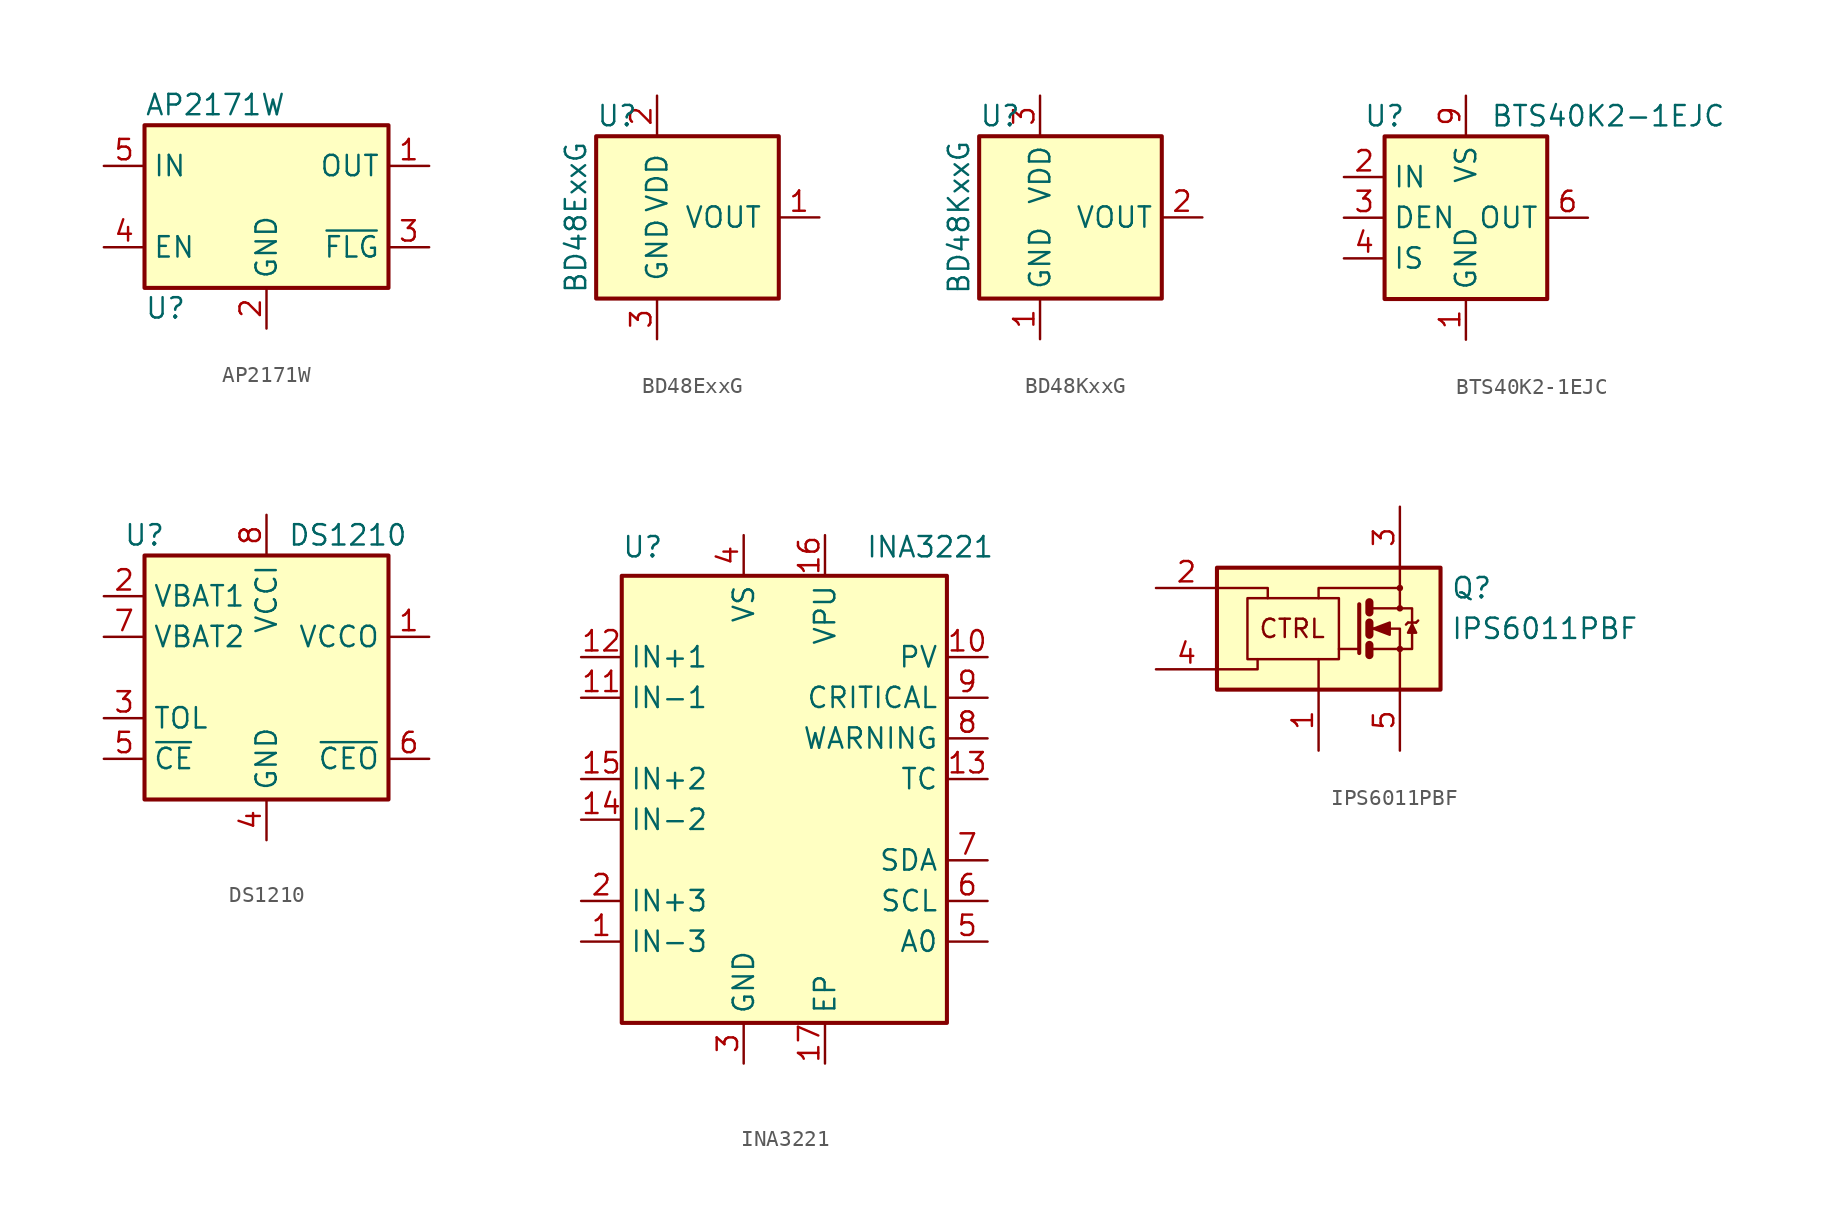
<source format=kicad_sym>
(kicad_symbol_lib
  (version 20231120)
  (generator "kicad_symbol_editor")
  (generator_version "8.0")
  (symbol "AP2171W"
    (property "Reference" "U"
      (at -7.62 -6.35 0)
      (effects (font (size 1.27 1.27)) (justify left)))
    (property "Value" "AP2171W"
      (at -7.62 6.35 0)
      (effects (font (size 1.27 1.27)) (justify left)))
    (symbol "AP2171W_0_1"
      (rectangle (start -7.62 5.08) (end 7.62 -5.08) (stroke (width 0.254) (type default)) (fill (type background))))
    (symbol "AP2171W_1_1"
      (pin power_out line (at 10.16 2.54 180) (length 2.54) (name "OUT" (effects (font (size 1.27 1.27)))) (number "1" (effects (font (size 1.27 1.27)))))
      (pin power_in line (at 0 -7.62 90) (length 2.54) (name "GND" (effects (font (size 1.27 1.27)))) (number "2" (effects (font (size 1.27 1.27)))))
      (pin open_collector line (at 10.16 -2.54 180) (length 2.54) (name "~{FLG}" (effects (font (size 1.27 1.27)))) (number "3" (effects (font (size 1.27 1.27)))))
      (pin input line (at -10.16 -2.54 0) (length 2.54) (name "EN" (effects (font (size 1.27 1.27)))) (number "4" (effects (font (size 1.27 1.27)))))
      (pin power_in line (at -10.16 2.54 0) (length 2.54) (name "IN" (effects (font (size 1.27 1.27)))) (number "5" (effects (font (size 1.27 1.27)))))))
  (symbol "BD48ExxG"
    (pin_names
      (offset 1.016))
    (property "Reference" "U"
      (at -3.81 6.35 0)
      (effects (font (size 1.27 1.27)) (justify left)))
    (property "Value" "BD48ExxG"
      (at -5.08 0 90)
      (effects (font (size 1.27 1.27))))
    (symbol "BD48ExxG_1_1"
      (rectangle (start -3.81 5.08) (end 7.62 -5.08) (stroke (width 0.254) (type default)) (fill (type background)))
      (pin output line (at 10.16 0 180) (length 2.54) (name "VOUT" (effects (font (size 1.27 1.27)))) (number "1" (effects (font (size 1.27 1.27)))))
      (pin power_in line (at 0 7.62 270) (length 2.54) (name "VDD" (effects (font (size 1.27 1.27)))) (number "2" (effects (font (size 1.27 1.27)))))
      (pin power_in line (at 0 -7.62 90) (length 2.54) (name "GND" (effects (font (size 1.27 1.27)))) (number "3" (effects (font (size 1.27 1.27)))))))
  (symbol "BD48KxxG"
    (property "Reference" "U"
      (at -3.81 6.35 0)
      (effects (font (size 1.27 1.27)) (justify left)))
    (property "Value" "BD48KxxG"
      (at -5.08 0 90)
      (effects (font (size 1.27 1.27))))
    (symbol "BD48KxxG_1_1"
      (rectangle (start -3.81 5.08) (end 7.62 -5.08) (stroke (width 0.254) (type default)) (fill (type background)))
      (pin power_in line (at 0 -7.62 90) (length 2.54) (name "GND" (effects (font (size 1.27 1.27)))) (number "1" (effects (font (size 1.27 1.27)))))
      (pin output line (at 10.16 0 180) (length 2.54) (name "VOUT" (effects (font (size 1.27 1.27)))) (number "2" (effects (font (size 1.27 1.27)))))
      (pin power_in line (at 0 7.62 270) (length 2.54) (name "VDD" (effects (font (size 1.27 1.27)))) (number "3" (effects (font (size 1.27 1.27)))))))
  (symbol "BTS40K2-1EJC"
    (property "Reference" "U"
      (at -5.08 6.35 0)
      (effects (font (size 1.27 1.27))))
    (property "Value" "BTS40K2-1EJC"
      (at 8.89 6.35 0)
      (effects (font (size 1.27 1.27))))
    (symbol "BTS40K2-1EJC_0_1"
      (rectangle (start -5.08 5.08) (end 5.08 -5.08) (stroke (width 0.254) (type default)) (fill (type background))))
    (symbol "BTS40K2-1EJC_1_1"
      (pin power_in line (at 0 -7.62 90) (length 2.54) (name "GND" (effects (font (size 1.27 1.27)))) (number "1" (effects (font (size 1.27 1.27)))))
      (pin input line (at -7.62 2.54 0) (length 2.54) (name "IN" (effects (font (size 1.27 1.27)))) (number "2" (effects (font (size 1.27 1.27)))))
      (pin input line (at -7.62 0 0) (length 2.54) (name "DEN" (effects (font (size 1.27 1.27)))) (number "3" (effects (font (size 1.27 1.27)))))
      (pin output line (at -7.62 -2.54 0) (length 2.54) (name "IS" (effects (font (size 1.27 1.27)))) (number "4" (effects (font (size 1.27 1.27)))))
      (pin no_connect line (at 5.08 2.54 180) (length 2.54) hide (name "NC" (effects (font (size 1.27 1.27)))) (number "5" (effects (font (size 1.27 1.27)))))
      (pin power_out line (at 7.62 0 180) (length 2.54) (name "OUT" (effects (font (size 1.27 1.27)))) (number "6" (effects (font (size 1.27 1.27)))))
      (pin passive line (at 7.62 0 180) (length 2.54) hide (name "OUT" (effects (font (size 1.27 1.27)))) (number "7" (effects (font (size 1.27 1.27)))))
      (pin passive line (at 7.62 0 180) (length 2.54) hide (name "OUT" (effects (font (size 1.27 1.27)))) (number "8" (effects (font (size 1.27 1.27)))))
      (pin power_in line (at 0 7.62 270) (length 2.54) (name "VS" (effects (font (size 1.27 1.27)))) (number "9" (effects (font (size 1.27 1.27)))))))
  (symbol "DS1210"
    (property "Reference" "U"
      (at -7.62 8.89 0)
      (effects (font (size 1.27 1.27))))
    (property "Value" "DS1210"
      (at 5.08 8.89 0)
      (effects (font (size 1.27 1.27))))
    (symbol "DS1210_0_1"
      (rectangle (start -7.62 7.62) (end 7.62 -7.62) (stroke (width 0.254) (type default)) (fill (type background))))
    (symbol "DS1210_1_1"
      (pin power_out line (at 10.16 2.54 180) (length 2.54) (name "VCCO" (effects (font (size 1.27 1.27)))) (number "1" (effects (font (size 1.27 1.27)))))
      (pin power_in line (at -10.16 5.08 0) (length 2.54) (name "VBAT1" (effects (font (size 1.27 1.27)))) (number "2" (effects (font (size 1.27 1.27)))))
      (pin input line (at -10.16 -2.54 0) (length 2.54) (name "TOL" (effects (font (size 1.27 1.27)))) (number "3" (effects (font (size 1.27 1.27)))))
      (pin power_in line (at 0 -10.16 90) (length 2.54) (name "GND" (effects (font (size 1.27 1.27)))) (number "4" (effects (font (size 1.27 1.27)))))
      (pin input line (at -10.16 -5.08 0) (length 2.54) (name "~{CE}" (effects (font (size 1.27 1.27)))) (number "5" (effects (font (size 1.27 1.27)))))
      (pin output line (at 10.16 -5.08 180) (length 2.54) (name "~{CEO}" (effects (font (size 1.27 1.27)))) (number "6" (effects (font (size 1.27 1.27)))))
      (pin power_in line (at -10.16 2.54 0) (length 2.54) (name "VBAT2" (effects (font (size 1.27 1.27)))) (number "7" (effects (font (size 1.27 1.27)))))
      (pin power_in line (at 0 10.16 270) (length 2.54) (name "VCCI" (effects (font (size 1.27 1.27)))) (number "8" (effects (font (size 1.27 1.27)))))))
  (symbol "INA3221"
    (property "Reference" "U"
      (at -10.16 17.78 0)
      (effects (font (size 1.27 1.27)) (justify left top)))
    (property "Value" "INA3221"
      (at 5.08 17.78 0)
      (effects (font (size 1.27 1.27)) (justify left top)))
    (symbol "INA3221_0_1"
      (rectangle (start 10.16 -12.7) (end -10.16 15.24) (stroke (width 0.254) (type default)) (fill (type background))))
    (symbol "INA3221_1_1"
      (pin input line (at -12.7 -7.62 0) (length 2.54) (name "IN-3" (effects (font (size 1.27 1.27)))) (number "1" (effects (font (size 1.27 1.27)))))
      (pin open_collector line (at 12.7 10.16 180) (length 2.54) (name "PV" (effects (font (size 1.27 1.27)))) (number "10" (effects (font (size 1.27 1.27)))))
      (pin input line (at -12.7 7.62 0) (length 2.54) (name "IN-1" (effects (font (size 1.27 1.27)))) (number "11" (effects (font (size 1.27 1.27)))))
      (pin input line (at -12.7 10.16 0) (length 2.54) (name "IN+1" (effects (font (size 1.27 1.27)))) (number "12" (effects (font (size 1.27 1.27)))))
      (pin open_collector line (at 12.7 2.54 180) (length 2.54) (name "TC" (effects (font (size 1.27 1.27)))) (number "13" (effects (font (size 1.27 1.27)))))
      (pin input line (at -12.7 0 0) (length 2.54) (name "IN-2" (effects (font (size 1.27 1.27)))) (number "14" (effects (font (size 1.27 1.27)))))
      (pin input line (at -12.7 2.54 0) (length 2.54) (name "IN+2" (effects (font (size 1.27 1.27)))) (number "15" (effects (font (size 1.27 1.27)))))
      (pin power_in line (at 2.54 17.78 270) (length 2.54) (name "VPU" (effects (font (size 1.27 1.27)))) (number "16" (effects (font (size 1.27 1.27)))))
      (pin passive line (at 2.54 -15.24 90) (length 2.54) (name "EP" (effects (font (size 1.27 1.27)))) (number "17" (effects (font (size 1.27 1.27)))))
      (pin input line (at -12.7 -5.08 0) (length 2.54) (name "IN+3" (effects (font (size 1.27 1.27)))) (number "2" (effects (font (size 1.27 1.27)))))
      (pin power_in line (at -2.54 -15.24 90) (length 2.54) (name "GND" (effects (font (size 1.27 1.27)))) (number "3" (effects (font (size 1.27 1.27)))))
      (pin power_in line (at -2.54 17.78 270) (length 2.54) (name "VS" (effects (font (size 1.27 1.27)))) (number "4" (effects (font (size 1.27 1.27)))))
      (pin input line (at 12.7 -7.62 180) (length 2.54) (name "A0" (effects (font (size 1.27 1.27)))) (number "5" (effects (font (size 1.27 1.27)))))
      (pin input line (at 12.7 -5.08 180) (length 2.54) (name "SCL" (effects (font (size 1.27 1.27)))) (number "6" (effects (font (size 1.27 1.27)))))
      (pin bidirectional line (at 12.7 -2.54 180) (length 2.54) (name "SDA" (effects (font (size 1.27 1.27)))) (number "7" (effects (font (size 1.27 1.27)))))
      (pin open_collector line (at 12.7 5.08 180) (length 2.54) (name "WARNING" (effects (font (size 1.27 1.27)))) (number "8" (effects (font (size 1.27 1.27)))))
      (pin open_collector line (at 12.7 7.62 180) (length 2.54) (name "CRITICAL" (effects (font (size 1.27 1.27)))) (number "9" (effects (font (size 1.27 1.27)))))))
  (symbol "IPS6011PBF"
    (pin_names
      (offset 0) hide)
    (property "Reference" "Q"
      (at 8.255 2.54 0)
      (effects (font (size 1.27 1.27)) (justify left)))
    (property "Value" "IPS6011PBF"
      (at 8.255 0 0)
      (effects (font (size 1.27 1.27)) (justify left)))
    (symbol "IPS6011PBF_0_0"
      (rectangle (start -6.35 3.81) (end 7.62 -3.81) (stroke (width 0.254) (type default)) (fill (type background)))
      (polyline (pts (xy 0 -3.81) (xy 0 -1.905)) (stroke (width 0) (type default)) (fill (type none)))
      (polyline (pts (xy -6.35 -2.54) (xy -3.81 -2.54) (xy -3.81 -1.905)) (stroke (width 0) (type default)) (fill (type none)))
      (polyline (pts (xy -6.35 2.54) (xy -3.175 2.54) (xy -3.175 1.905)) (stroke (width 0) (type default)) (fill (type none)))
      (polyline (pts (xy 0 1.905) (xy 0 2.54) (xy 5.08 2.54)) (stroke (width 0) (type default)) (fill (type none)))
      (circle (center 5.08 2.54) (radius 0.127) (stroke (width 0) (type default)) (fill (type none)))
      (text "CTRL" (at -1.651 0 0) (effects (font (size 1.143 1.143)))))
    (symbol "IPS6011PBF_0_1"
      (rectangle (start -4.445 1.905) (end 1.27 -1.905) (stroke (width 0) (type default)) (fill (type none)))
      (polyline (pts (xy 2.54 -1.27) (xy 1.27 -1.27)) (stroke (width 0) (type default)) (fill (type none)))
      (polyline (pts (xy 3.175 -1.016) (xy 3.175 -1.651)) (stroke (width 0.508) (type default)) (fill (type none)))
      (polyline (pts (xy 3.175 0.381) (xy 3.175 -0.381)) (stroke (width 0.508) (type default)) (fill (type none)))
      (polyline (pts (xy 3.175 1.651) (xy 3.175 1.016)) (stroke (width 0.508) (type default)) (fill (type none)))
      (polyline (pts (xy 3.302 -1.27) (xy 5.08 -1.27)) (stroke (width 0) (type default)) (fill (type none)))
      (polyline (pts (xy 5.588 0.381) (xy 5.461 0.254)) (stroke (width 0) (type default)) (fill (type none)))
      (polyline (pts (xy 5.588 0.381) (xy 6.096 0.381)) (stroke (width 0) (type default)) (fill (type none)))
      (polyline (pts (xy 6.096 0.381) (xy 6.223 0.508)) (stroke (width 0) (type default)) (fill (type none)))
      (polyline (pts (xy 2.54 1.524) (xy 2.54 -1.524) (xy 2.54 -1.524)) (stroke (width 0.254) (type default)) (fill (type none)))
      (polyline (pts (xy 3.302 0) (xy 5.08 0) (xy 5.08 -3.81)) (stroke (width 0) (type default)) (fill (type none)))
      (polyline (pts (xy 3.302 1.27) (xy 5.08 1.27) (xy 5.08 3.81)) (stroke (width 0) (type default)) (fill (type none)))
      (polyline (pts (xy 5.08 -1.27) (xy 5.842 -1.27) (xy 5.842 1.27) (xy 5.08 1.27)) (stroke (width 0) (type default)) (fill (type none)))
      (polyline (pts (xy 5.842 0.254) (xy 5.588 -0.254) (xy 6.096 -0.254) (xy 5.842 0.254)) (stroke (width 0) (type default)) (fill (type outline)))
      (polyline (pts (xy 3.429 0) (xy 4.445 0.381) (xy 4.445 -0.381) (xy 3.429 0) (xy 3.556 0) (xy 3.556 0)) (stroke (width 0) (type default)) (fill (type outline)))
      (circle (center 5.08 -1.27) (radius 0.127) (stroke (width 0) (type default)) (fill (type none)))
      (circle (center 5.08 1.27) (radius 0.127) (stroke (width 0) (type default)) (fill (type none))))
    (symbol "IPS6011PBF_1_1"
      (pin power_in line (at 0 -7.62 90) (length 3.81) (name "GND" (effects (font (size 1.27 1.27)))) (number "1" (effects (font (size 1.27 1.27)))))
      (pin input line (at -10.16 2.54 0) (length 3.81) (name "IN" (effects (font (size 1.27 1.27)))) (number "2" (effects (font (size 1.27 1.27)))))
      (pin power_in line (at 5.08 7.62 270) (length 3.81) (name "VCC" (effects (font (size 1.27 1.27)))) (number "3" (effects (font (size 1.27 1.27)))))
      (pin bidirectional line (at -10.16 -2.54 0) (length 3.81) (name "DG" (effects (font (size 1.27 1.27)))) (number "4" (effects (font (size 1.27 1.27)))))
      (pin output line (at 5.08 -7.62 90) (length 3.81) (name "OUT" (effects (font (size 1.27 1.27)))) (number "5" (effects (font (size 1.27 1.27))))))))
</source>
